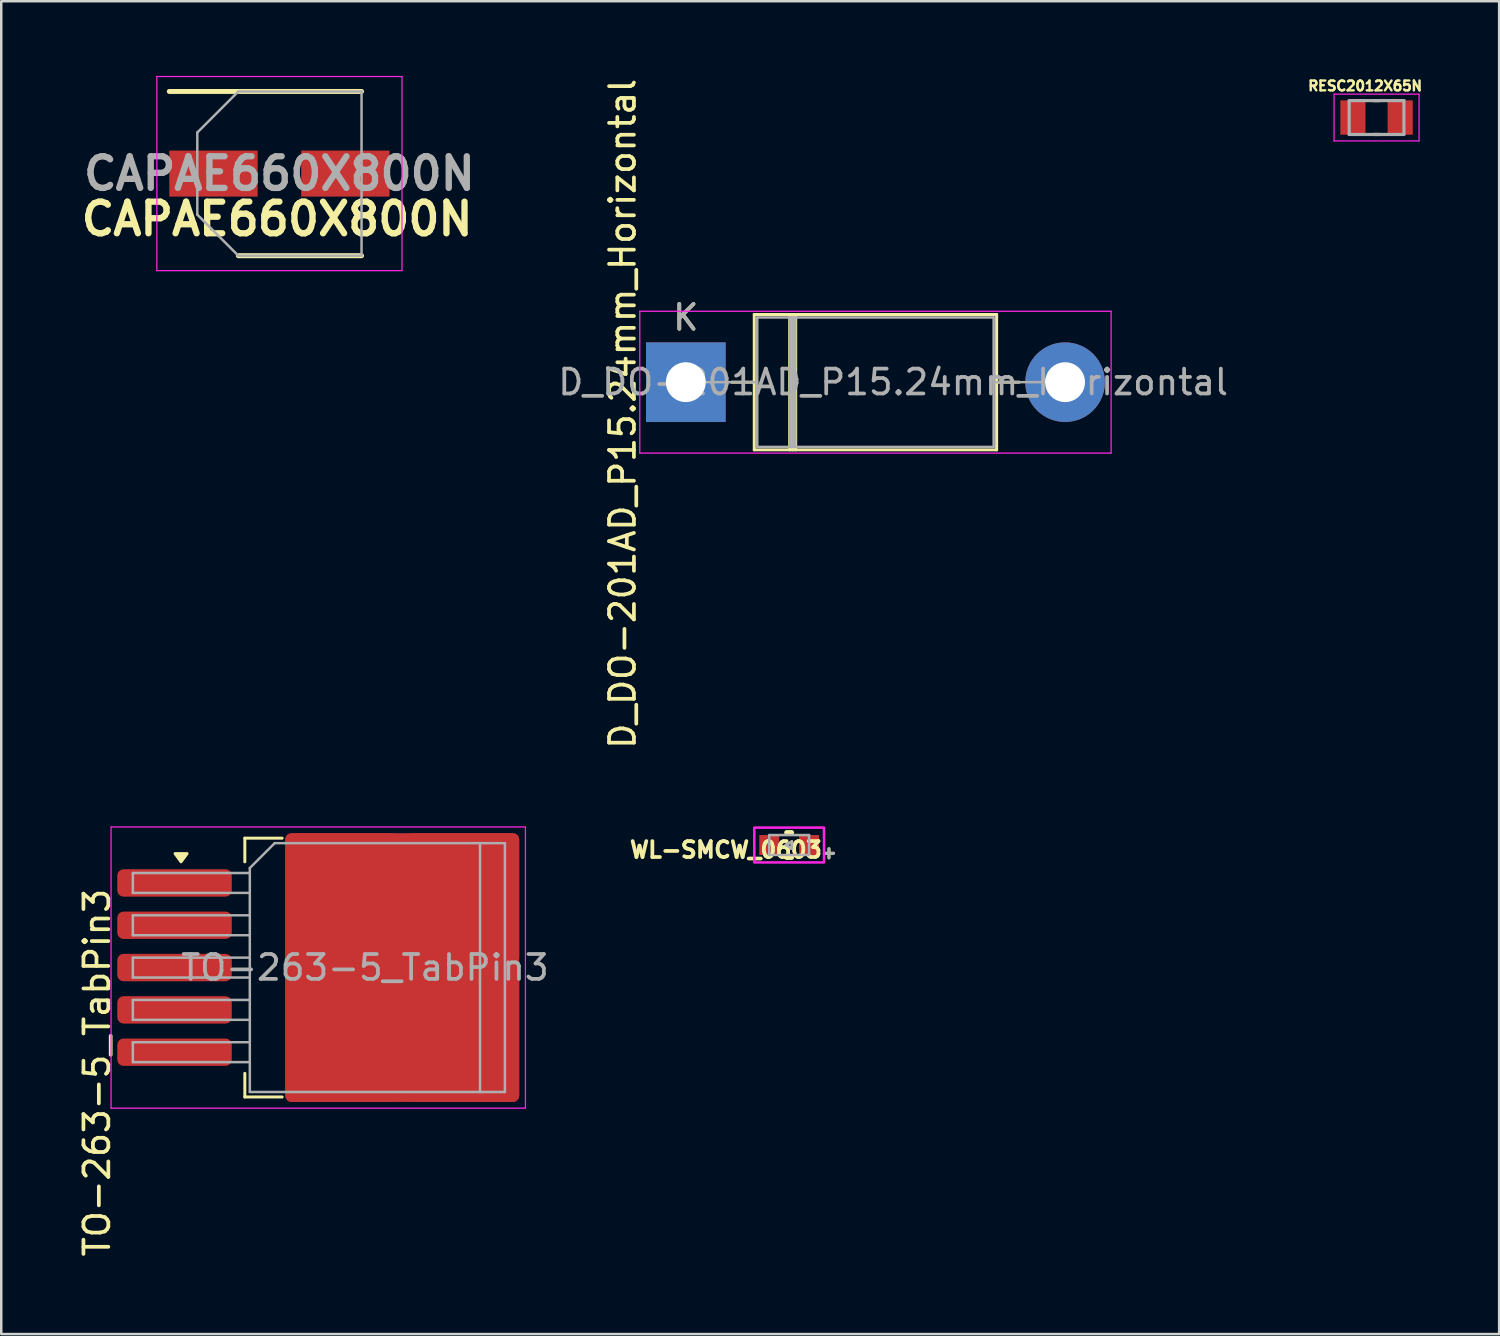
<source format=kicad_pcb>
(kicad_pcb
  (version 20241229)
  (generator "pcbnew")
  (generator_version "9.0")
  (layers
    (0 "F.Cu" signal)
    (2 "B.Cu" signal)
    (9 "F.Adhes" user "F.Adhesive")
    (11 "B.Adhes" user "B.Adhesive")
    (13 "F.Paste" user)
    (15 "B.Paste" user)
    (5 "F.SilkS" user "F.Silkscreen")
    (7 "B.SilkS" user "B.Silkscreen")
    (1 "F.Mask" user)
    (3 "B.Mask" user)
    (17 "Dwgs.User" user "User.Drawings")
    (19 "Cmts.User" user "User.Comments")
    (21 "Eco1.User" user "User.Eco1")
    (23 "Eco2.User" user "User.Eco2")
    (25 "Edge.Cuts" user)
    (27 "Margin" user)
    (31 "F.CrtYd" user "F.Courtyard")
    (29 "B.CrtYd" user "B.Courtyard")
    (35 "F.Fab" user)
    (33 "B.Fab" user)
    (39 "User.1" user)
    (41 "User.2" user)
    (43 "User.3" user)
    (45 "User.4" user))
  (footprint "CAPAE660X800N"
    (layer "F.Cu")
    (at 8.178 3.925)
    (property "Reference" "CAPAE660X800N" (at -0.092 1.824 180) (layer "F.SilkS") (effects (font (size 1.27 1.27) (thickness 0.254))))
    (attr smd)
    (fp_line (start -4.425 -3.3) (end 3.3 -3.3) (stroke (width 0.2) (type solid)) (layer "F.SilkS"))
    (fp_line (start -1.65 3.3) (end 3.3 3.3) (stroke (width 0.2) (type solid)) (layer "F.SilkS"))
    (fp_line (start -4.925 -3.9) (end 4.925 -3.9) (stroke (width 0.05) (type solid)) (layer "F.CrtYd"))
    (fp_line (start -4.925 3.9) (end -4.925 -3.9) (stroke (width 0.05) (type solid)) (layer "F.CrtYd"))
    (fp_line (start 4.925 -3.9) (end 4.925 3.9) (stroke (width 0.05) (type solid)) (layer "F.CrtYd"))
    (fp_line (start 4.925 3.9) (end -4.925 3.9) (stroke (width 0.05) (type solid)) (layer "F.CrtYd"))
    (fp_line (start -3.3 -1.65) (end -3.3 1.65) (stroke (width 0.1) (type solid)) (layer "F.Fab"))
    (fp_line (start -3.3 1.65) (end -1.65 3.3) (stroke (width 0.1) (type solid)) (layer "F.Fab"))
    (fp_line (start -1.65 -3.3) (end -3.3 -1.65) (stroke (width 0.1) (type solid)) (layer "F.Fab"))
    (fp_line (start -1.65 3.3) (end 3.3 3.3) (stroke (width 0.1) (type solid)) (layer "F.Fab"))
    (fp_line (start 3.3 -3.3) (end -1.65 -3.3) (stroke (width 0.1) (type solid)) (layer "F.Fab"))
    (fp_line (start 3.3 3.3) (end 3.3 -3.3) (stroke (width 0.1) (type solid)) (layer "F.Fab"))
    (fp_text user "${REFERENCE}" (at 0 0 180) (layer "F.Fab") (effects (font (size 1.27 1.27) (thickness 0.254))))
    (pad "1" smd rect (at -2.65 0 90) (size 1.85 3.55) (layers "F.Cu" "F.Mask" "F.Paste"))
    (pad "2" smd rect (at 2.65 0 90) (size 1.85 3.55) (layers "F.Cu" "F.Mask" "F.Paste")))
  (footprint "TO-263-5_TabPin3"
    (layer "F.Cu")
    (at 11.613 35.83)
    (property "Reference" "TO-263-5_TabPin3" (at -10.765 4.22 270) (layer "F.SilkS") (effects (font (size 1 1) (thickness 0.15))))
    (attr smd)
    (fp_line (start -4.825 -5.2) (end -4.825 -4.25) (stroke (width 0.12) (type solid)) (layer "F.SilkS"))
    (fp_line (start -4.825 5.2) (end -4.825 4.25) (stroke (width 0.12) (type solid)) (layer "F.SilkS"))
    (fp_line (start -3.325 -5.2) (end -4.825 -5.2) (stroke (width 0.12) (type solid)) (layer "F.SilkS"))
    (fp_line (start -3.325 5.2) (end -4.825 5.2) (stroke (width 0.12) (type solid)) (layer "F.SilkS"))
    (fp_poly (pts (xy -7.388 -4.25) (xy -7.628 -4.58) (xy -7.147 -4.58) (xy -7.388 -4.25)) (stroke (width 0.12) (type solid)) (fill yes) (layer "F.SilkS"))
    (fp_line (start -10.2 -5.65) (end -10.2 5.65) (stroke (width 0.05) (type solid)) (layer "F.CrtYd"))
    (fp_line (start -10.2 5.65) (end 6.45 5.65) (stroke (width 0.05) (type solid)) (layer "F.CrtYd"))
    (fp_line (start 6.45 -5.65) (end -10.2 -5.65) (stroke (width 0.05) (type solid)) (layer "F.CrtYd"))
    (fp_line (start 6.45 5.65) (end 6.45 -5.65) (stroke (width 0.05) (type solid)) (layer "F.CrtYd"))
    (fp_line (start -9.325 -3.8) (end -9.325 -3) (stroke (width 0.1) (type solid)) (layer "F.Fab"))
    (fp_line (start -9.325 -3) (end -4.625 -3) (stroke (width 0.1) (type solid)) (layer "F.Fab"))
    (fp_line (start -9.325 -2.1) (end -9.325 -1.3) (stroke (width 0.1) (type solid)) (layer "F.Fab"))
    (fp_line (start -9.325 -1.3) (end -4.625 -1.3) (stroke (width 0.1) (type solid)) (layer "F.Fab"))
    (fp_line (start -9.325 -0.4) (end -9.325 0.4) (stroke (width 0.1) (type solid)) (layer "F.Fab"))
    (fp_line (start -9.325 0.4) (end -4.625 0.4) (stroke (width 0.1) (type solid)) (layer "F.Fab"))
    (fp_line (start -9.325 1.3) (end -9.325 2.1) (stroke (width 0.1) (type solid)) (layer "F.Fab"))
    (fp_line (start -9.325 2.1) (end -4.625 2.1) (stroke (width 0.1) (type solid)) (layer "F.Fab"))
    (fp_line (start -9.325 3) (end -9.325 3.8) (stroke (width 0.1) (type solid)) (layer "F.Fab"))
    (fp_line (start -9.325 3.8) (end -4.625 3.8) (stroke (width 0.1) (type solid)) (layer "F.Fab"))
    (fp_line (start -4.625 -4) (end -3.625 -5) (stroke (width 0.1) (type solid)) (layer "F.Fab"))
    (fp_line (start -4.625 -3.8) (end -9.325 -3.8) (stroke (width 0.1) (type solid)) (layer "F.Fab"))
    (fp_line (start -4.625 -2.1) (end -9.325 -2.1) (stroke (width 0.1) (type solid)) (layer "F.Fab"))
    (fp_line (start -4.625 -0.4) (end -9.325 -0.4) (stroke (width 0.1) (type solid)) (layer "F.Fab"))
    (fp_line (start -4.625 1.3) (end -9.325 1.3) (stroke (width 0.1) (type solid)) (layer "F.Fab"))
    (fp_line (start -4.625 3) (end -9.325 3) (stroke (width 0.1) (type solid)) (layer "F.Fab"))
    (fp_line (start -4.625 5) (end -4.625 -4) (stroke (width 0.1) (type solid)) (layer "F.Fab"))
    (fp_line (start -3.625 -5) (end 4.625 -5) (stroke (width 0.1) (type solid)) (layer "F.Fab"))
    (fp_line (start 4.625 -5) (end 4.625 5) (stroke (width 0.1) (type solid)) (layer "F.Fab"))
    (fp_line (start 4.625 -5) (end 5.625 -5) (stroke (width 0.1) (type solid)) (layer "F.Fab"))
    (fp_line (start 4.625 5) (end -4.625 5) (stroke (width 0.1) (type solid)) (layer "F.Fab"))
    (fp_line (start 5.625 -5) (end 5.625 5) (stroke (width 0.1) (type solid)) (layer "F.Fab"))
    (fp_line (start 5.625 5) (end 4.625 5) (stroke (width 0.1) (type solid)) (layer "F.Fab"))
    (fp_text user "${REFERENCE}" (at 0 0 180) (layer "F.Fab") (effects (font (size 1 1) (thickness 0.15))))
    (pad "1" smd roundrect (at -7.65 -3.4) (size 4.6 1.1) (layers "F.Cu" "F.Mask" "F.Paste") (roundrect_rratio 0.227))
    (pad "2" smd roundrect (at -7.65 -1.7) (size 4.6 1.1) (layers "F.Cu" "F.Mask" "F.Paste") (roundrect_rratio 0.227))
    (pad "3" smd roundrect (at -7.65 0) (size 4.6 1.1) (layers "F.Cu" "F.Mask" "F.Paste") (roundrect_rratio 0.227))
    (pad "3" smd roundrect (at -0.925 -2.775) (size 4.55 5.25) (layers "F.Cu" "F.Paste") (roundrect_rratio 0.055))
    (pad "3" smd roundrect (at -0.925 2.775) (size 4.55 5.25) (layers "F.Cu" "F.Paste") (roundrect_rratio 0.055))
    (pad "3" smd roundrect (at 1.5 0) (size 9.4 10.8) (layers "F.Cu" "F.Mask") (roundrect_rratio 0.027))
    (pad "3" smd roundrect (at 3.925 -2.775) (size 4.55 5.25) (layers "F.Cu" "F.Paste") (roundrect_rratio 0.055))
    (pad "3" smd roundrect (at 3.925 2.775) (size 4.55 5.25) (layers "F.Cu" "F.Paste") (roundrect_rratio 0.055))
    (pad "4" smd roundrect (at -7.65 1.7) (size 4.6 1.1) (layers "F.Cu" "F.Mask" "F.Paste") (roundrect_rratio 0.227))
    (pad "5" smd roundrect (at -7.65 3.4) (size 4.6 1.1) (layers "F.Cu" "F.Mask" "F.Paste") (roundrect_rratio 0.227)))
  (footprint "RESC2012X65N"
    (layer "F.Cu")
    (at 52.264 1.673)
    (property "Reference" "RESC2012X65N" (at -0.46 -1.27 180) (layer "F.SilkS") (effects (font (size 0.394 0.394) (thickness 0.15))))
    (attr smd)
    (fp_line (start -0.12 -0.68) (end 0.12 -0.68) (stroke (width 0.127) (type solid)) (layer "F.SilkS"))
    (fp_line (start -0.12 0.68) (end 0.12 0.68) (stroke (width 0.127) (type solid)) (layer "F.SilkS"))
    (fp_line (start -1.708 -0.94) (end 1.708 -0.94) (stroke (width 0.05) (type solid)) (layer "F.CrtYd"))
    (fp_line (start -1.708 0.94) (end -1.708 -0.94) (stroke (width 0.05) (type solid)) (layer "F.CrtYd"))
    (fp_line (start -1.708 0.94) (end 1.708 0.94) (stroke (width 0.05) (type solid)) (layer "F.CrtYd"))
    (fp_line (start 1.708 0.94) (end 1.708 -0.94) (stroke (width 0.05) (type solid)) (layer "F.CrtYd"))
    (fp_line (start -1.1 0.68) (end -1.1 -0.68) (stroke (width 0.127) (type solid)) (layer "F.Fab"))
    (fp_line (start 1.1 -0.68) (end -1.1 -0.68) (stroke (width 0.127) (type solid)) (layer "F.Fab"))
    (fp_line (start 1.1 0.68) (end -1.1 0.68) (stroke (width 0.127) (type solid)) (layer "F.Fab"))
    (fp_line (start 1.1 0.68) (end 1.1 -0.68) (stroke (width 0.127) (type solid)) (layer "F.Fab"))
    (pad "1" smd rect (at -0.95 0) (size 1.01 1.38) (layers "F.Cu" "F.Mask" "F.Paste"))
    (pad "2" smd rect (at 0.95 0) (size 1.01 1.38) (layers "F.Cu" "F.Mask" "F.Paste")))
  (footprint "D_DO-201AD_P15.24mm_Horizontal"
    (layer "F.Cu")
    (at 24.508 12.307)
    (property "Reference" "D_DO-201AD_P15.24mm_Horizontal" (at -2.54 1.27 270) (layer "F.SilkS") (effects (font (size 1 1) (thickness 0.15))))
    (attr through_hole)
    (fp_line (start 1.84 0) (end 2.75 0) (stroke (width 0.12) (type solid)) (layer "F.SilkS"))
    (fp_line (start 2.75 -2.72) (end 2.75 2.72) (stroke (width 0.12) (type solid)) (layer "F.SilkS"))
    (fp_line (start 2.75 2.72) (end 12.49 2.72) (stroke (width 0.12) (type solid)) (layer "F.SilkS"))
    (fp_line (start 4.175 -2.72) (end 4.175 2.72) (stroke (width 0.12) (type solid)) (layer "F.SilkS"))
    (fp_line (start 4.295 -2.72) (end 4.295 2.72) (stroke (width 0.12) (type solid)) (layer "F.SilkS"))
    (fp_line (start 4.415 -2.72) (end 4.415 2.72) (stroke (width 0.12) (type solid)) (layer "F.SilkS"))
    (fp_line (start 12.49 -2.72) (end 2.75 -2.72) (stroke (width 0.12) (type solid)) (layer "F.SilkS"))
    (fp_line (start 12.49 2.72) (end 12.49 -2.72) (stroke (width 0.12) (type solid)) (layer "F.SilkS"))
    (fp_line (start 13.4 0) (end 12.49 0) (stroke (width 0.12) (type solid)) (layer "F.SilkS"))
    (fp_line (start -1.85 -2.85) (end -1.85 2.85) (stroke (width 0.05) (type solid)) (layer "F.CrtYd"))
    (fp_line (start -1.85 2.85) (end 17.09 2.85) (stroke (width 0.05) (type solid)) (layer "F.CrtYd"))
    (fp_line (start 17.09 -2.85) (end -1.85 -2.85) (stroke (width 0.05) (type solid)) (layer "F.CrtYd"))
    (fp_line (start 17.09 2.85) (end 17.09 -2.85) (stroke (width 0.05) (type solid)) (layer "F.CrtYd"))
    (fp_line (start 0 0) (end 2.87 0) (stroke (width 0.1) (type solid)) (layer "F.Fab"))
    (fp_line (start 2.87 -2.6) (end 2.87 2.6) (stroke (width 0.1) (type solid)) (layer "F.Fab"))
    (fp_line (start 2.87 2.6) (end 12.37 2.6) (stroke (width 0.1) (type solid)) (layer "F.Fab"))
    (fp_line (start 4.195 -2.6) (end 4.195 2.6) (stroke (width 0.1) (type solid)) (layer "F.Fab"))
    (fp_line (start 4.295 -2.6) (end 4.295 2.6) (stroke (width 0.1) (type solid)) (layer "F.Fab"))
    (fp_line (start 4.395 -2.6) (end 4.395 2.6) (stroke (width 0.1) (type solid)) (layer "F.Fab"))
    (fp_line (start 12.37 -2.6) (end 2.87 -2.6) (stroke (width 0.1) (type solid)) (layer "F.Fab"))
    (fp_line (start 12.37 2.6) (end 12.37 -2.6) (stroke (width 0.1) (type solid)) (layer "F.Fab"))
    (fp_line (start 15.24 0) (end 12.37 0) (stroke (width 0.1) (type solid)) (layer "F.Fab"))
    (fp_text user "K" (at 0 -2.6 180) (layer "F.SilkS") (effects (font (size 1 1) (thickness 0.15))))
    (fp_text user "K" (at 0 -2.6 180) (layer "F.Fab") (effects (font (size 1 1) (thickness 0.15))))
    (fp_text user "${REFERENCE}" (at 8.332 0 180) (layer "F.Fab") (effects (font (size 1 1) (thickness 0.15))))
    (pad "1" thru_hole rect (at 0 0) (size 3.2 3.2) (drill 1.6) (layers "*.Cu" "*.Mask"))
    (pad "2" thru_hole oval (at 15.24 0) (size 3.2 3.2) (drill 1.6) (layers "*.Cu" "*.Mask")))
  (footprint "WL-SMCW_0603"
    (layer "F.Cu")
    (at 28.66 30.905)
    (property "Reference" "WL-SMCW_0603" (at -2.54 0.194 0) (layer "F.SilkS") (effects (font (size 0.64 0.64) (thickness 0.15))))
    (attr smd)
    (fp_line (start -0.13 0) (end 0.11 -0.14) (stroke (width 0.1) (type solid)) (layer "F.SilkS"))
    (fp_line (start -0.1 -0.5) (end 0.1 -0.5) (stroke (width 0.2) (type solid)) (layer "F.SilkS"))
    (fp_line (start 0.1 0.5) (end -0.1 0.5) (stroke (width 0.2) (type solid)) (layer "F.SilkS"))
    (fp_line (start 0.11 -0.14) (end 0.11 0.15) (stroke (width 0.1) (type solid)) (layer "F.SilkS"))
    (fp_line (start 0.11 0.15) (end -0.13 0) (stroke (width 0.1) (type solid)) (layer "F.SilkS"))
    (fp_poly (pts (xy -1.4 -0.7) (xy 1.4 -0.7) (xy 1.4 0.7) (xy -1.4 0.7)) (stroke (width 0.1) (type solid)) (fill no) (layer "F.CrtYd"))
    (fp_line (start -0.8 -0.4) (end 0.8 -0.4) (stroke (width 0.1) (type solid)) (layer "F.Fab"))
    (fp_line (start -0.8 0.4) (end -0.8 -0.4) (stroke (width 0.1) (type solid)) (layer "F.Fab"))
    (fp_line (start -0.8 0.4) (end 0.8 0.4) (stroke (width 0.1) (type solid)) (layer "F.Fab"))
    (fp_line (start -0.13 0) (end 0.11 -0.14) (stroke (width 0.1) (type solid)) (layer "F.Fab"))
    (fp_line (start 0.11 -0.14) (end 0.11 0.15) (stroke (width 0.1) (type solid)) (layer "F.Fab"))
    (fp_line (start 0.11 0.15) (end -0.13 0) (stroke (width 0.1) (type solid)) (layer "F.Fab"))
    (fp_line (start 0.8 -0.4) (end 0.8 0.4) (stroke (width 0.1) (type solid)) (layer "F.Fab"))
    (fp_text user "+" (at 1.6 0.3 0) (layer "F.SilkS") (effects (font (size 0.48 0.48) (thickness 0.15))))
    (fp_text user "+" (at 1.6 0.3 0) (layer "F.Fab") (effects (font (size 0.48 0.48) (thickness 0.15))))
    (pad "1" smd rect (at -0.8 0) (size 0.8 0.8) (layers "F.Cu" "F.Mask" "F.Paste"))
    (pad "2" smd rect (at 0.8 0) (size 0.8 0.8) (layers "F.Cu" "F.Mask" "F.Paste")))
  (gr_rect
    (start -3 -3)
    (end 57.19 50.556)
    (stroke (width 0.1) (type default))
    (fill no)
    (layer "Edge.Cuts")))
</source>
